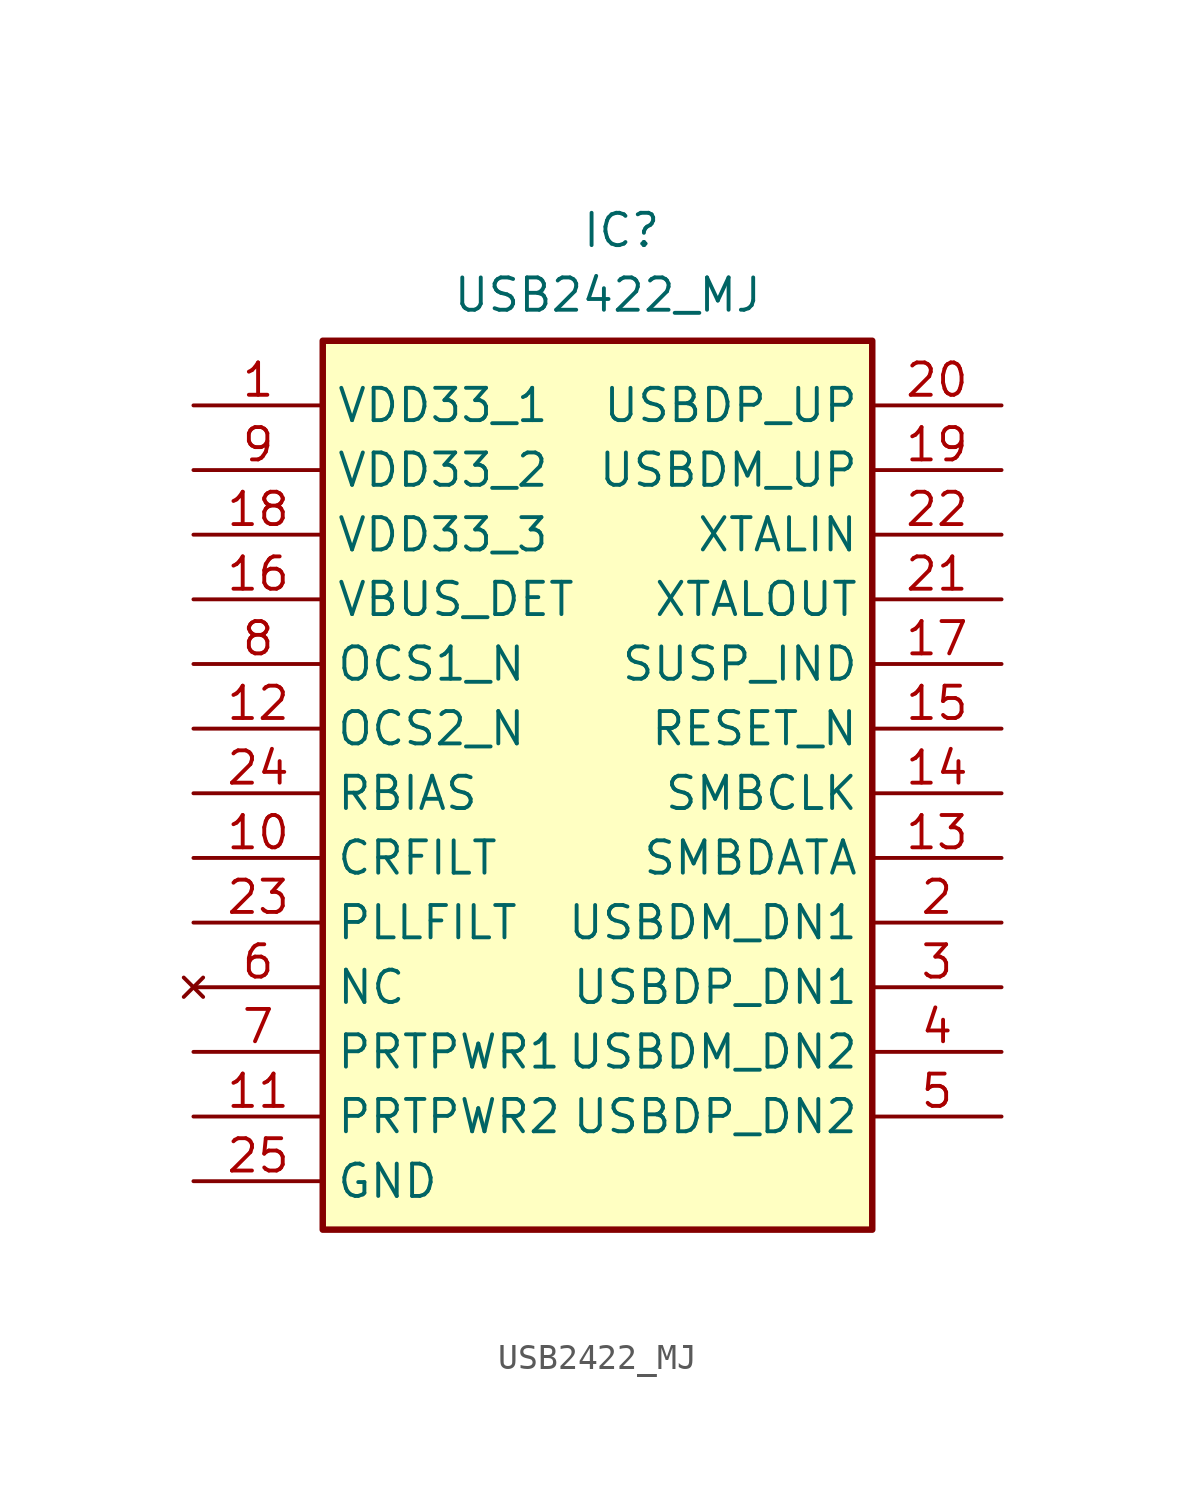
<source format=kicad_sym>
(kicad_symbol_lib
  (version 20241209)
  (generator "kicad_symbol_editor")
  (generator_version "9.0")
  (symbol "USB2422_MJ"
    (property "Reference" "IC"
      (at -2.54 20.32 0)
      (effects (font (size 1.27 1.27)) (justify left top)))
    (property "Value" "USB2422_MJ"
      (at -7.62 17.78 0)
      (effects (font (size 1.27 1.27)) (justify left top)))
    (symbol "USB2422_MJ_1_1"
      (rectangle (start -12.7 15.24) (end 8.89 -19.685) (stroke (width 0.254) (type default)) (fill (type background)))
      (pin passive line (at -17.78 12.7 0) (length 5.08) (name "VDD33_1" (effects (font (size 1.27 1.27)))) (number "1" (effects (font (size 1.27 1.27)))))
      (pin passive line (at -17.78 10.16 0) (length 5.08) (name "VDD33_2" (effects (font (size 1.27 1.27)))) (number "9" (effects (font (size 1.27 1.27)))))
      (pin passive line (at -17.78 7.62 0) (length 5.08) (name "VDD33_3" (effects (font (size 1.27 1.27)))) (number "18" (effects (font (size 1.27 1.27)))))
      (pin passive line (at -17.78 5.08 0) (length 5.08) (name "VBUS_DET" (effects (font (size 1.27 1.27)))) (number "16" (effects (font (size 1.27 1.27)))))
      (pin passive line (at -17.78 2.54 0) (length 5.08) (name "OCS1_N" (effects (font (size 1.27 1.27)))) (number "8" (effects (font (size 1.27 1.27)))))
      (pin passive line (at -17.78 0 0) (length 5.08) (name "OCS2_N" (effects (font (size 1.27 1.27)))) (number "12" (effects (font (size 1.27 1.27)))))
      (pin passive line (at -17.78 -2.54 0) (length 5.08) (name "RBIAS" (effects (font (size 1.27 1.27)))) (number "24" (effects (font (size 1.27 1.27)))))
      (pin passive line (at -17.78 -5.08 0) (length 5.08) (name "CRFILT" (effects (font (size 1.27 1.27)))) (number "10" (effects (font (size 1.27 1.27)))))
      (pin passive line (at -17.78 -7.62 0) (length 5.08) (name "PLLFILT" (effects (font (size 1.27 1.27)))) (number "23" (effects (font (size 1.27 1.27)))))
      (pin no_connect line (at -17.78 -10.16 0) (length 5.08) (name "NC" (effects (font (size 1.27 1.27)))) (number "6" (effects (font (size 1.27 1.27)))))
      (pin passive line (at -17.78 -12.7 0) (length 5.08) (name "PRTPWR1" (effects (font (size 1.27 1.27)))) (number "7" (effects (font (size 1.27 1.27)))))
      (pin passive line (at -17.78 -15.24 0) (length 5.08) (name "PRTPWR2" (effects (font (size 1.27 1.27)))) (number "11" (effects (font (size 1.27 1.27)))))
      (pin passive line (at -17.78 -17.78 0) (length 5.08) (name "GND" (effects (font (size 1.27 1.27)))) (number "25" (effects (font (size 1.27 1.27)))))
      (pin passive line (at 13.97 12.7 180) (length 5.08) (name "USBDP_UP" (effects (font (size 1.27 1.27)))) (number "20" (effects (font (size 1.27 1.27)))))
      (pin passive line (at 13.97 10.16 180) (length 5.08) (name "USBDM_UP" (effects (font (size 1.27 1.27)))) (number "19" (effects (font (size 1.27 1.27)))))
      (pin passive line (at 13.97 7.62 180) (length 5.08) (name "XTALIN" (effects (font (size 1.27 1.27)))) (number "22" (effects (font (size 1.27 1.27)))))
      (pin passive line (at 13.97 5.08 180) (length 5.08) (name "XTALOUT" (effects (font (size 1.27 1.27)))) (number "21" (effects (font (size 1.27 1.27)))))
      (pin passive line (at 13.97 2.54 180) (length 5.08) (name "SUSP_IND" (effects (font (size 1.27 1.27)))) (number "17" (effects (font (size 1.27 1.27)))))
      (pin passive line (at 13.97 0 180) (length 5.08) (name "RESET_N" (effects (font (size 1.27 1.27)))) (number "15" (effects (font (size 1.27 1.27)))))
      (pin passive line (at 13.97 -2.54 180) (length 5.08) (name "SMBCLK" (effects (font (size 1.27 1.27)))) (number "14" (effects (font (size 1.27 1.27)))))
      (pin passive line (at 13.97 -5.08 180) (length 5.08) (name "SMBDATA" (effects (font (size 1.27 1.27)))) (number "13" (effects (font (size 1.27 1.27)))))
      (pin passive line (at 13.97 -7.62 180) (length 5.08) (name "USBDM_DN1" (effects (font (size 1.27 1.27)))) (number "2" (effects (font (size 1.27 1.27)))))
      (pin passive line (at 13.97 -10.16 180) (length 5.08) (name "USBDP_DN1" (effects (font (size 1.27 1.27)))) (number "3" (effects (font (size 1.27 1.27)))))
      (pin passive line (at 13.97 -12.7 180) (length 5.08) (name "USBDM_DN2" (effects (font (size 1.27 1.27)))) (number "4" (effects (font (size 1.27 1.27)))))
      (pin passive line (at 13.97 -15.24 180) (length 5.08) (name "USBDP_DN2" (effects (font (size 1.27 1.27)))) (number "5" (effects (font (size 1.27 1.27))))))))
</source>
